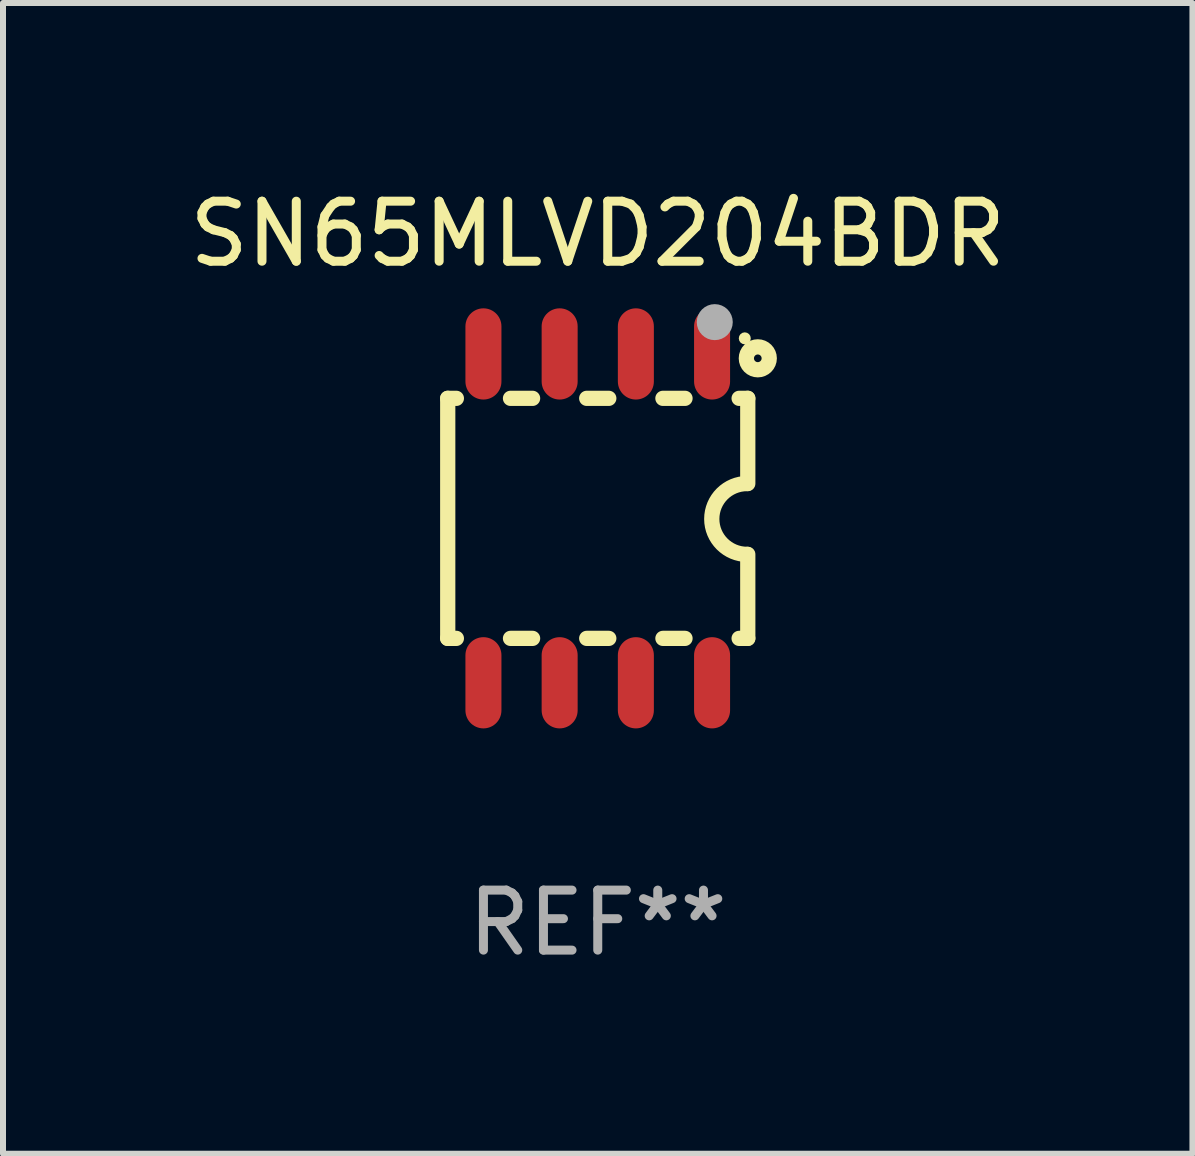
<source format=kicad_pcb>
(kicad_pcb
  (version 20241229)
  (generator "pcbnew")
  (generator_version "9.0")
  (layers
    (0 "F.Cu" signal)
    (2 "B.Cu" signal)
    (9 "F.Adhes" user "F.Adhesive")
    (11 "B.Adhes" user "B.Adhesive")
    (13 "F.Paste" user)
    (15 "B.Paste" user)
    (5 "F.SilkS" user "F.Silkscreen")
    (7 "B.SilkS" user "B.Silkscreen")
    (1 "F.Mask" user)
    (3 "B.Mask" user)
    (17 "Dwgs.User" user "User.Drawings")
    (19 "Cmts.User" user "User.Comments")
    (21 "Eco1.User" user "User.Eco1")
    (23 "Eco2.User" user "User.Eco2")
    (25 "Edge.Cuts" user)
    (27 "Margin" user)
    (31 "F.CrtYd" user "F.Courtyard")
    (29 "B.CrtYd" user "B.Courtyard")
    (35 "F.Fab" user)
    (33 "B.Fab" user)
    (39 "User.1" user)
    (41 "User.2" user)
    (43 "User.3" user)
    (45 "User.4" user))
  (footprint "SN65MLVD204BDR"
    (layer "F.Cu")
    (at 6.911 5.588)
    (property "Reference" "SN65MLVD204BDR" (at 0 -4.74 0) (layer "F.SilkS") (effects (font (size 1 1) (thickness 0.15))))
    (attr through_hole)
    (fp_line (start -2.5 2) (end -2.5 -2) (stroke (width 0.254) (type solid)) (layer "F.SilkS"))
    (fp_line (start -2.356 -2) (end -2.5 -2) (stroke (width 0.254) (type solid)) (layer "F.SilkS"))
    (fp_line (start -2.356 2) (end -2.5 2) (stroke (width 0.254) (type solid)) (layer "F.SilkS"))
    (fp_line (start -1.086 -2) (end -1.454 -2) (stroke (width 0.254) (type solid)) (layer "F.SilkS"))
    (fp_line (start -1.086 2) (end -1.454 2) (stroke (width 0.254) (type solid)) (layer "F.SilkS"))
    (fp_line (start 0.184 -2) (end -0.184 -2) (stroke (width 0.254) (type solid)) (layer "F.SilkS"))
    (fp_line (start 0.184 2) (end -0.184 2) (stroke (width 0.254) (type solid)) (layer "F.SilkS"))
    (fp_line (start 1.454 -2) (end 1.086 -2) (stroke (width 0.254) (type solid)) (layer "F.SilkS"))
    (fp_line (start 1.454 2) (end 1.086 2) (stroke (width 0.254) (type solid)) (layer "F.SilkS"))
    (fp_line (start 2.5 -2) (end 2.356 -2) (stroke (width 0.254) (type solid)) (layer "F.SilkS"))
    (fp_line (start 2.5 -0.58) (end 2.5 -2) (stroke (width 0.254) (type solid)) (layer "F.SilkS"))
    (fp_line (start 2.5 2) (end 2.356 2) (stroke (width 0.254) (type solid)) (layer "F.SilkS"))
    (fp_line (start 2.5 2) (end 2.5 0.6) (stroke (width 0.254) (type solid)) (layer "F.SilkS"))
    (fp_arc (start 2.489992 0.600051) (mid 1.901674 0.010046) (end 2.489992 -0.579959) (stroke (width 0.254001) (type solid)) (layer "F.SilkS"))
    (fp_circle (center 2.45 -3) (end 2.5 -3) (stroke (width 0.1) (type solid)) (fill no) (layer "F.SilkS"))
    (fp_circle (center 2.667 -2.667) (end 2.858 -2.667) (stroke (width 0.254) (type solid)) (fill no) (layer "F.SilkS"))
    (fp_circle (center 1.95 -3.27) (end 2.1 -3.27) (stroke (width 0.3) (type solid)) (fill no) (layer "F.Fab"))
    (fp_text user "REF**" (at 0 6.74 0) (layer "F.Fab") (effects (font (size 1 1) (thickness 0.15))))
    (pad "1" smd oval (at 1.905 -2.74) (size 0.6 1.52) (layers "F.Cu" "F.Mask" "F.Paste"))
    (pad "2" smd oval (at 0.635 -2.74) (size 0.6 1.52) (layers "F.Cu" "F.Mask" "F.Paste"))
    (pad "3" smd oval (at -0.635 -2.74) (size 0.6 1.52) (layers "F.Cu" "F.Mask" "F.Paste"))
    (pad "4" smd oval (at -1.905 -2.74) (size 0.6 1.52) (layers "F.Cu" "F.Mask" "F.Paste"))
    (pad "5" smd oval (at -1.905 2.74) (size 0.6 1.52) (layers "F.Cu" "F.Mask" "F.Paste"))
    (pad "6" smd oval (at -0.635 2.74) (size 0.6 1.52) (layers "F.Cu" "F.Mask" "F.Paste"))
    (pad "7" smd oval (at 0.635 2.74) (size 0.6 1.52) (layers "F.Cu" "F.Mask" "F.Paste"))
    (pad "8" smd oval (at 1.905 2.74) (size 0.6 1.52) (layers "F.Cu" "F.Mask" "F.Paste")))
  (gr_rect
    (start -3 -3)
    (end 16.821 16.176)
    (stroke (width 0.1) (type default))
    (fill no)
    (layer "Edge.Cuts")))
</source>
